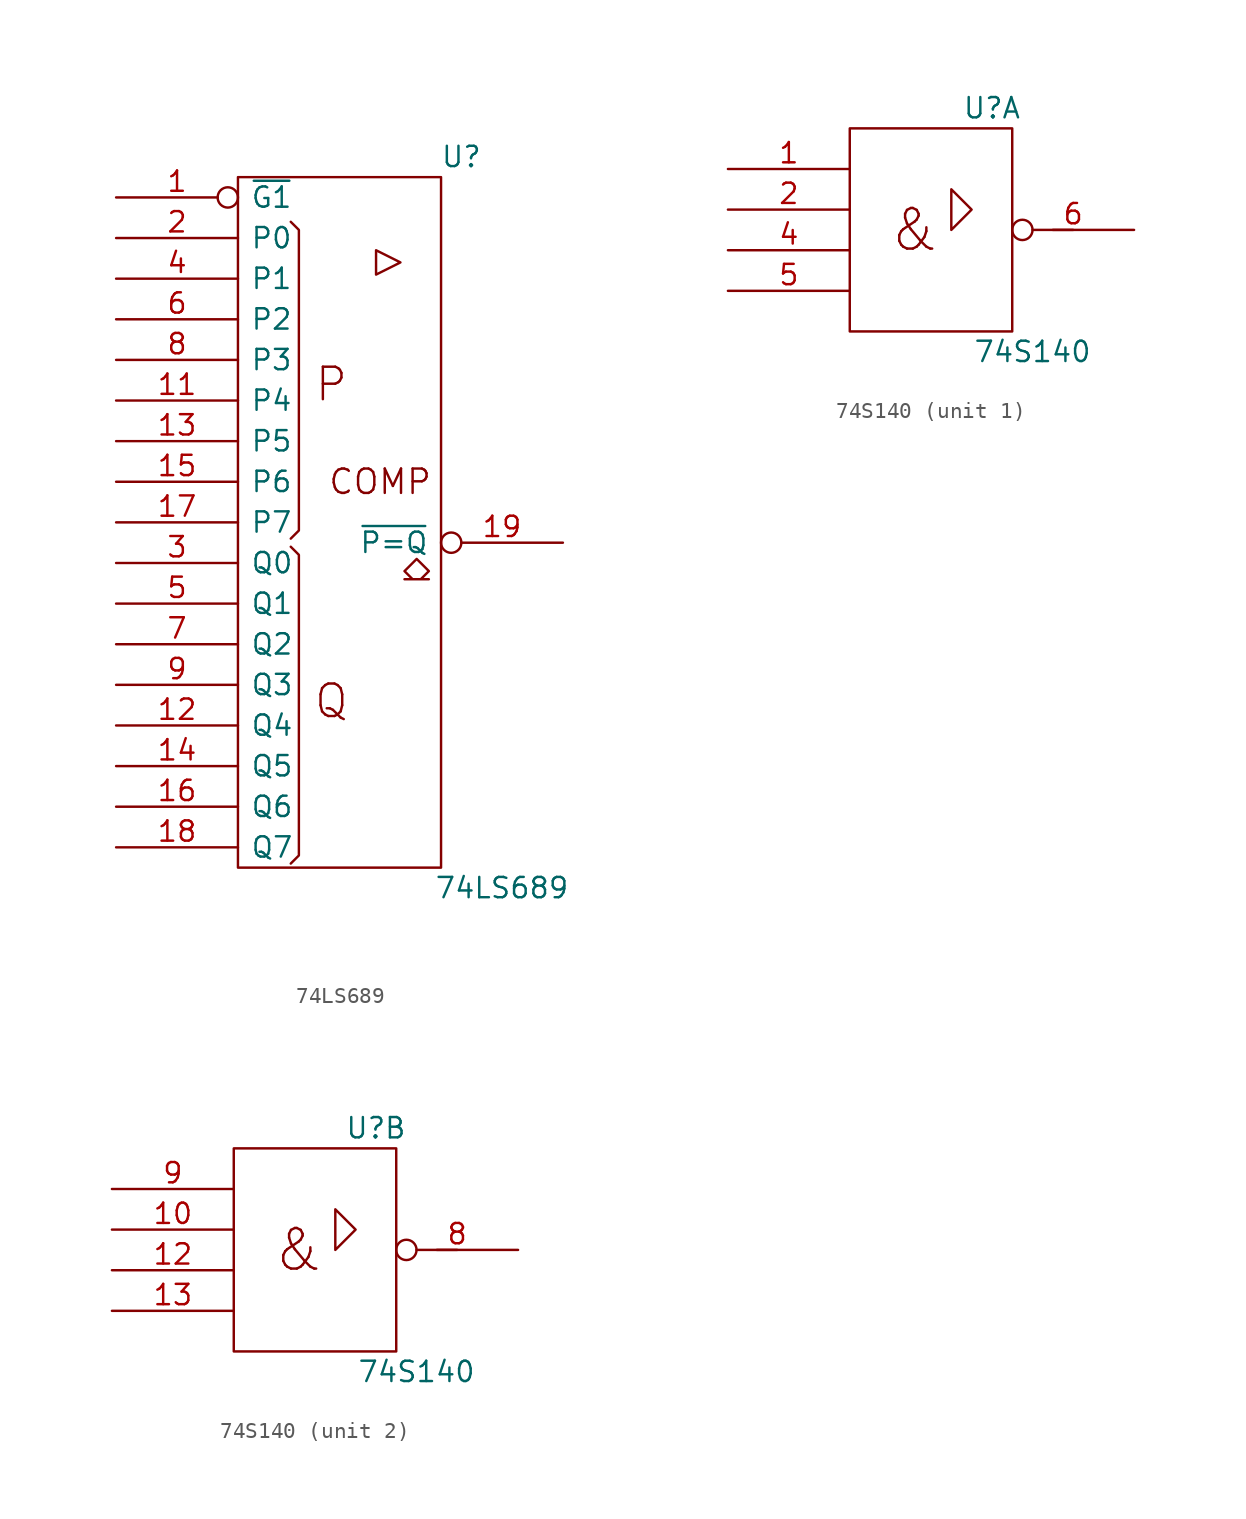
<source format=kicad_sym>
(kicad_symbol_lib
  (version 20211014)
  (generator kicad_symbol_editor)
  (symbol "74LS689"
    (pin_names
      (offset 0.762))
    (property "Reference" "U"
      (at 7.62 22.86 0)
      (effects (font (size 1.27 1.27))))
    (property "Value" "74LS689"
      (at 10.16 -22.86 0)
      (effects (font (size 1.27 1.27))))
    (symbol "74LS689_0_0"
      (polyline (pts (xy 2.286 17.018) (xy 2.286 15.494) (xy 3.81 16.256) (xy 2.286 17.018) (xy 2.286 17.018)) (stroke (width 0) (type default) (color 0 0 0 0)) (fill (type none)))
      (polyline (pts (xy 4.826 -2.286) (xy 5.588 -3.048) (xy 5.08 -3.556) (xy 5.588 -3.556) (xy 4.064 -3.556) (xy 4.572 -3.556) (xy 4.064 -3.048) (xy 4.826 -2.286) (xy 4.826 -2.286)) (stroke (width 0) (type default) (color 0 0 0 0)) (fill (type none)))
      (text "COMP" (at 2.54 2.54 0) (effects (font (size 1.524 1.524))))
      (text "P" (at -0.508 8.636 0) (effects (font (size 2.032 2.032))))
      (text "Q" (at -0.508 -11.176 0) (effects (font (size 2.032 2.032)))))
    (symbol "74LS689_0_1"
      (rectangle (start -6.35 21.59) (end 6.35 -21.59) (stroke (width 0) (type default) (color 0 0 0 0)) (fill (type none)))
      (polyline (pts (xy -3.048 -1.524) (xy -2.54 -2.032) (xy -2.54 -20.828) (xy -3.048 -21.336) (xy -3.048 -21.336)) (stroke (width 0) (type default) (color 0 0 0 0)) (fill (type none)))
      (polyline (pts (xy -3.048 18.796) (xy -2.54 18.288) (xy -2.54 -0.508) (xy -3.048 -1.016) (xy -3.048 -1.016)) (stroke (width 0) (type default) (color 0 0 0 0)) (fill (type none))))
    (symbol "74LS689_1_1"
      (pin output inverted (at -13.97 20.32 0) (length 7.62) (name "~{G1}" (effects (font (size 1.27 1.27)))) (number "1" (effects (font (size 1.27 1.27)))))
      (pin power_in line (at 0 -21.59 90) (length 0) hide (name "Gnd" (effects (font (size 1.27 1.27)))) (number "10" (effects (font (size 1.27 1.27)))))
      (pin input line (at -13.97 7.62 0) (length 7.62) (name "P4" (effects (font (size 1.27 1.27)))) (number "11" (effects (font (size 1.27 1.27)))))
      (pin input line (at -13.97 -12.7 0) (length 7.62) (name "Q4" (effects (font (size 1.27 1.27)))) (number "12" (effects (font (size 1.27 1.27)))))
      (pin input line (at -13.97 5.08 0) (length 7.62) (name "P5" (effects (font (size 1.27 1.27)))) (number "13" (effects (font (size 1.27 1.27)))))
      (pin input line (at -13.97 -15.24 0) (length 7.62) (name "Q5" (effects (font (size 1.27 1.27)))) (number "14" (effects (font (size 1.27 1.27)))))
      (pin input line (at -13.97 2.54 0) (length 7.62) (name "P6" (effects (font (size 1.27 1.27)))) (number "15" (effects (font (size 1.27 1.27)))))
      (pin input line (at -13.97 -17.78 0) (length 7.62) (name "Q6" (effects (font (size 1.27 1.27)))) (number "16" (effects (font (size 1.27 1.27)))))
      (pin input line (at -13.97 0 0) (length 7.62) (name "P7" (effects (font (size 1.27 1.27)))) (number "17" (effects (font (size 1.27 1.27)))))
      (pin input line (at -13.97 -20.32 0) (length 7.62) (name "Q7" (effects (font (size 1.27 1.27)))) (number "18" (effects (font (size 1.27 1.27)))))
      (pin output inverted (at 13.97 -1.27 180) (length 7.62) (name "~{P=Q}" (effects (font (size 1.27 1.27)))) (number "19" (effects (font (size 1.27 1.27)))))
      (pin input line (at -13.97 17.78 0) (length 7.62) (name "P0" (effects (font (size 1.27 1.27)))) (number "2" (effects (font (size 1.27 1.27)))))
      (pin power_in line (at 0 21.59 270) (length 0) hide (name "Vcc" (effects (font (size 1.27 1.27)))) (number "20" (effects (font (size 1.27 1.27)))))
      (pin input line (at -13.97 -2.54 0) (length 7.62) (name "Q0" (effects (font (size 1.27 1.27)))) (number "3" (effects (font (size 1.27 1.27)))))
      (pin input line (at -13.97 15.24 0) (length 7.62) (name "P1" (effects (font (size 1.27 1.27)))) (number "4" (effects (font (size 1.27 1.27)))))
      (pin input line (at -13.97 -5.08 0) (length 7.62) (name "Q1" (effects (font (size 1.27 1.27)))) (number "5" (effects (font (size 1.27 1.27)))))
      (pin input line (at -13.97 12.7 0) (length 7.62) (name "P2" (effects (font (size 1.27 1.27)))) (number "6" (effects (font (size 1.27 1.27)))))
      (pin input line (at -13.97 -7.62 0) (length 7.62) (name "Q2" (effects (font (size 1.27 1.27)))) (number "7" (effects (font (size 1.27 1.27)))))
      (pin input line (at -13.97 10.16 0) (length 7.62) (name "P3" (effects (font (size 1.27 1.27)))) (number "8" (effects (font (size 1.27 1.27)))))
      (pin input line (at -13.97 -10.16 0) (length 7.62) (name "Q3" (effects (font (size 1.27 1.27)))) (number "9" (effects (font (size 1.27 1.27)))))))
  (symbol "74S140"
    (pin_names
      (offset 0.762))
    (property "Reference" "U"
      (at 3.81 7.62 0)
      (effects (font (size 1.27 1.27))))
    (property "Value" "74S140"
      (at 6.35 -7.62 0)
      (effects (font (size 1.27 1.27))))
    (symbol "74S140_0_0"
      (rectangle (start -5.08 6.35) (end 5.08 -6.35) (stroke (width 0) (type default) (color 0 0 0 0)) (fill (type none)))
      (polyline (pts (xy 1.27 0) (xy 1.27 2.54) (xy 2.54 1.27) (xy 1.27 0) (xy 1.27 0)) (stroke (width 0) (type default) (color 0 0 0 0)) (fill (type none)))
      (text "&" (at -1.016 0 0) (effects (font (size 2.54 2.54)))))
    (symbol "74S140_0_1"
      (rectangle (start 8.89 0) (end 7.62 0) (stroke (width 0) (type default) (color 0 0 0 0)) (fill (type none)))
      (pin power_in line (at 0 6.35 270) (length 0) hide (name "Vcc" (effects (font (size 1.27 1.27)))) (number "14" (effects (font (size 1.27 1.27)))))
      (pin power_in line (at 0 -6.35 90) (length 0) hide (name "Gnd" (effects (font (size 1.27 1.27)))) (number "7" (effects (font (size 1.27 1.27))))))
    (symbol "74S140_1_1"
      (pin input line (at -12.7 3.81 0) (length 7.62) (name "~" (effects (font (size 1.27 1.27)))) (number "1" (effects (font (size 1.27 1.27)))))
      (pin input line (at -12.7 1.27 0) (length 7.62) (name "~" (effects (font (size 1.27 1.27)))) (number "2" (effects (font (size 1.27 1.27)))))
      (pin input line (at -12.7 -1.27 0) (length 7.62) (name "~" (effects (font (size 1.27 1.27)))) (number "4" (effects (font (size 1.27 1.27)))))
      (pin input line (at -12.7 -3.81 0) (length 7.62) (name "~" (effects (font (size 1.27 1.27)))) (number "5" (effects (font (size 1.27 1.27)))))
      (pin output inverted (at 12.7 0 180) (length 7.62) (name "~" (effects (font (size 1.27 1.27)))) (number "6" (effects (font (size 1.27 1.27))))))
    (symbol "74S140_2_1"
      (pin input line (at -12.7 1.27 0) (length 7.62) (name "~" (effects (font (size 1.27 1.27)))) (number "10" (effects (font (size 1.27 1.27)))))
      (pin input line (at -12.7 -1.27 0) (length 7.62) (name "~" (effects (font (size 1.27 1.27)))) (number "12" (effects (font (size 1.27 1.27)))))
      (pin input line (at -12.7 -3.81 0) (length 7.62) (name "~" (effects (font (size 1.27 1.27)))) (number "13" (effects (font (size 1.27 1.27)))))
      (pin output inverted (at 12.7 0 180) (length 7.62) (name "~" (effects (font (size 1.27 1.27)))) (number "8" (effects (font (size 1.27 1.27)))))
      (pin input line (at -12.7 3.81 0) (length 7.62) (name "~" (effects (font (size 1.27 1.27)))) (number "9" (effects (font (size 1.27 1.27))))))))
</source>
